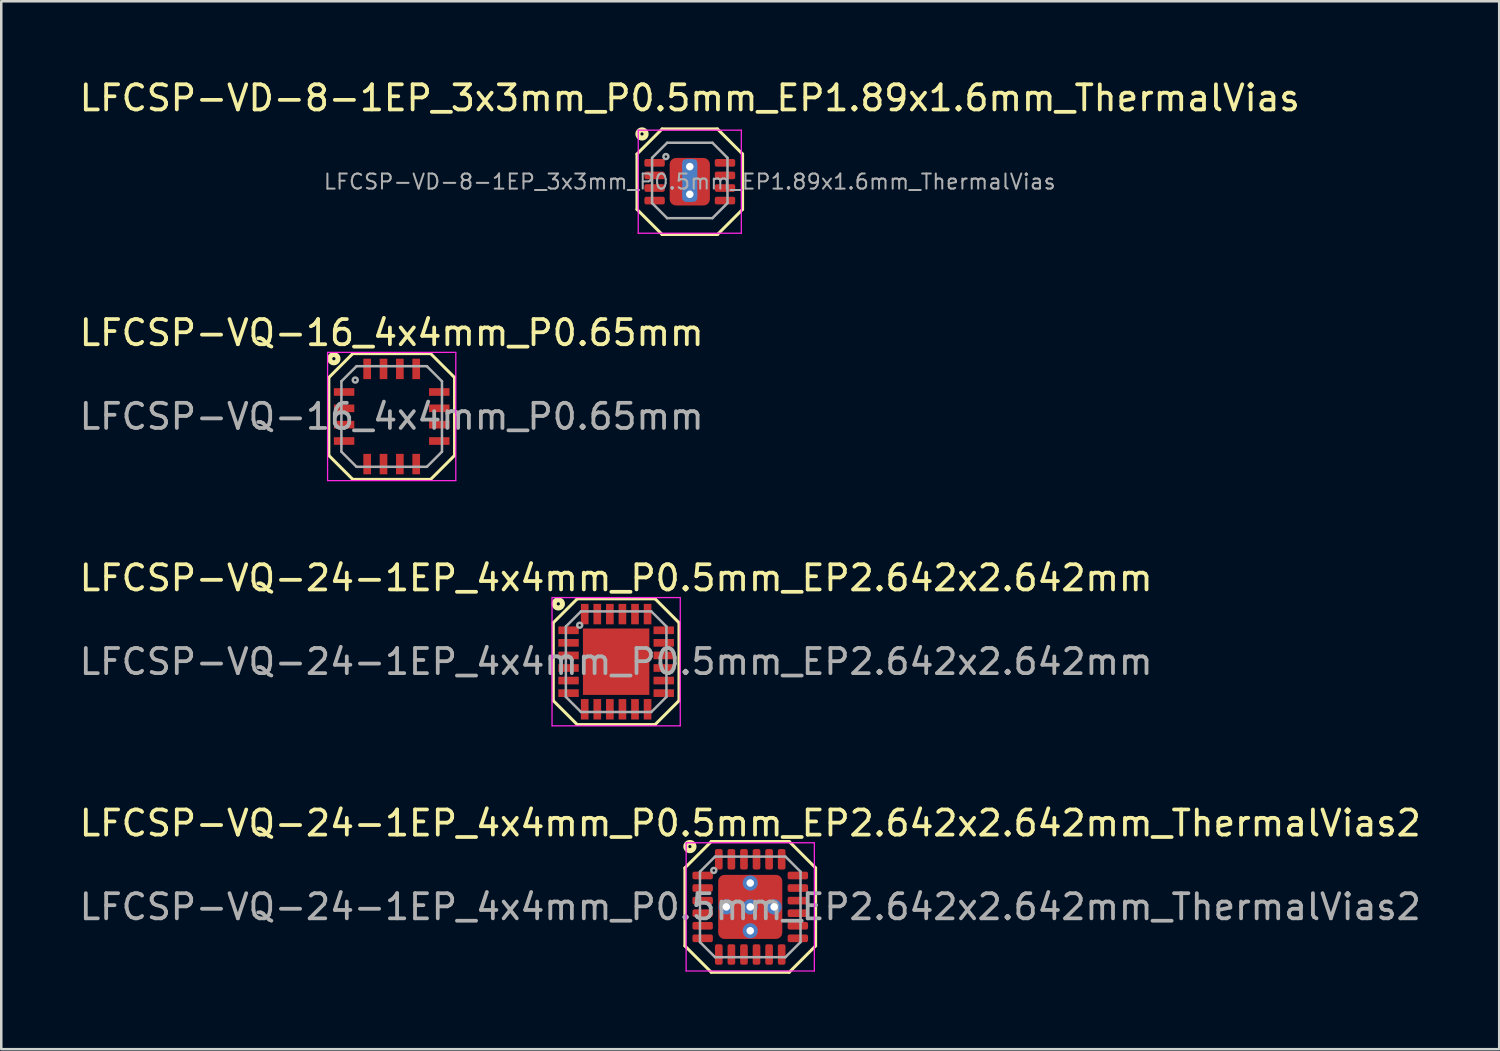
<source format=kicad_pcb>
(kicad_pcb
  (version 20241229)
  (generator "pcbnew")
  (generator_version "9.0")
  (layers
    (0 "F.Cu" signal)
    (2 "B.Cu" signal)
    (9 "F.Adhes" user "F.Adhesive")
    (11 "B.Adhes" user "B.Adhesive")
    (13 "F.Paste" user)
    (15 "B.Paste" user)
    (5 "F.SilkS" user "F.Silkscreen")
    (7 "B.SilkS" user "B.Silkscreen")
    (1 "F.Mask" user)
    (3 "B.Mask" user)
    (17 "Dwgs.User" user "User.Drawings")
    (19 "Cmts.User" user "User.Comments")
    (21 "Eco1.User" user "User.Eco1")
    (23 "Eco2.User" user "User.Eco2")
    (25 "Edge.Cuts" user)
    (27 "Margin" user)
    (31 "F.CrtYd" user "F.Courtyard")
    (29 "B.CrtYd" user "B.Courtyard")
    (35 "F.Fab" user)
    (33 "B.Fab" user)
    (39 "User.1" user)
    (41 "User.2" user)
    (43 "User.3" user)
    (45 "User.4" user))
  (footprint "LFCSP-VQ-24-1EP_4x4mm_P0.5mm_EP2.642x2.642mm_ThermalVias2"
    (layer "F.Cu")
    (at 26.792 33.023)
    (property "Reference" "LFCSP-VQ-24-1EP_4x4mm_P0.5mm_EP2.642x2.642mm_ThermalVias2" (at 0 -3.33 0) (layer "F.SilkS") (effects (font (size 1 1) (thickness 0.15))))
    (attr smd)
    (fp_line (start -2.6 1.55) (end -2.6 -1.55) (stroke (width 0.12) (type solid)) (layer "F.SilkS"))
    (fp_line (start -1.55 -2.6) (end -2.6 -1.55) (stroke (width 0.12) (type solid)) (layer "F.SilkS"))
    (fp_line (start -1.55 -2.6) (end 1.55 -2.6) (stroke (width 0.12) (type solid)) (layer "F.SilkS"))
    (fp_line (start -1.55 2.6) (end -2.6 1.55) (stroke (width 0.12) (type solid)) (layer "F.SilkS"))
    (fp_line (start -1.55 2.6) (end 1.55 2.6) (stroke (width 0.12) (type solid)) (layer "F.SilkS"))
    (fp_line (start 1.55 -2.6) (end 2.6 -1.55) (stroke (width 0.12) (type solid)) (layer "F.SilkS"))
    (fp_line (start 1.55 2.6) (end 2.6 1.55) (stroke (width 0.12) (type solid)) (layer "F.SilkS"))
    (fp_line (start 2.6 -1.55) (end 2.6 1.55) (stroke (width 0.12) (type solid)) (layer "F.SilkS"))
    (fp_circle (center -2.4 -2.4) (end -2.337 -2.4) (stroke (width 0.2) (type solid)) (fill no) (layer "F.SilkS"))
    (fp_line (start -2.55 -2.55) (end -2.55 2.55) (stroke (width 0.05) (type solid)) (layer "F.CrtYd"))
    (fp_line (start -2.55 -2.55) (end 2.55 -2.55) (stroke (width 0.05) (type solid)) (layer "F.CrtYd"))
    (fp_line (start -2.55 2.55) (end 2.55 2.55) (stroke (width 0.05) (type solid)) (layer "F.CrtYd"))
    (fp_line (start 2.55 -2.55) (end 2.55 2.55) (stroke (width 0.05) (type solid)) (layer "F.CrtYd"))
    (fp_line (start -2 -1.4) (end -1.4 -2) (stroke (width 0.1) (type solid)) (layer "F.Fab"))
    (fp_line (start -2 1.4) (end -2 -1.4) (stroke (width 0.1) (type solid)) (layer "F.Fab"))
    (fp_line (start -2 1.4) (end -1.4 2) (stroke (width 0.1) (type solid)) (layer "F.Fab"))
    (fp_line (start -1.4 -2) (end 1.4 -2) (stroke (width 0.1) (type solid)) (layer "F.Fab"))
    (fp_line (start 1.4 -2) (end 2 -1.4) (stroke (width 0.1) (type solid)) (layer "F.Fab"))
    (fp_line (start 1.4 2) (end -1.4 2) (stroke (width 0.1) (type solid)) (layer "F.Fab"))
    (fp_line (start 1.4 2) (end 2 1.4) (stroke (width 0.1) (type solid)) (layer "F.Fab"))
    (fp_line (start 2 -1.4) (end 2 1.4) (stroke (width 0.1) (type solid)) (layer "F.Fab"))
    (fp_circle (center -1.45 -1.45) (end -1.35 -1.45) (stroke (width 0.1) (type solid)) (fill no) (layer "F.Fab"))
    (fp_text user "${REFERENCE}" (at 0 0 0) (layer "F.Fab") (effects (font (size 1 1) (thickness 0.15))))
    (pad "" smd roundrect (at -0.738 -0.738) (size 0.675 0.675) (layers "F.Paste") (roundrect_rratio 0.238))
    (pad "" smd roundrect (at -0.738 -0.738) (size 0.875 0.875) (property pad_prop_heatsink) (layers "F.Mask") (roundrect_rratio 0.25))
    (pad "" smd roundrect (at -0.738 0.738) (size 0.675 0.675) (layers "F.Paste") (roundrect_rratio 0.238))
    (pad "" smd roundrect (at -0.738 0.738) (size 0.875 0.875) (property pad_prop_heatsink) (layers "F.Mask") (roundrect_rratio 0.25))
    (pad "" smd roundrect (at 0.738 -0.738) (size 0.675 0.675) (layers "F.Paste") (roundrect_rratio 0.238))
    (pad "" smd roundrect (at 0.738 -0.738) (size 0.875 0.875) (property pad_prop_heatsink) (layers "F.Mask") (roundrect_rratio 0.25))
    (pad "" smd roundrect (at 0.738 0.738) (size 0.675 0.675) (layers "F.Paste") (roundrect_rratio 0.238))
    (pad "" smd roundrect (at 0.738 0.738) (size 0.875 0.875) (property pad_prop_heatsink) (layers "F.Mask") (roundrect_rratio 0.25))
    (pad "1" smd roundrect (at -1.893 -1.25) (size 0.813 0.305) (layers "F.Cu" "F.Mask" "F.Paste") (roundrect_rratio 0.25))
    (pad "2" smd roundrect (at -1.893 -0.75) (size 0.813 0.305) (layers "F.Cu" "F.Mask" "F.Paste") (roundrect_rratio 0.25))
    (pad "3" smd roundrect (at -1.893 -0.25) (size 0.813 0.305) (layers "F.Cu" "F.Mask" "F.Paste") (roundrect_rratio 0.25))
    (pad "4" smd roundrect (at -1.893 0.25) (size 0.813 0.305) (layers "F.Cu" "F.Mask" "F.Paste") (roundrect_rratio 0.25))
    (pad "5" smd roundrect (at -1.893 0.75) (size 0.813 0.305) (layers "F.Cu" "F.Mask" "F.Paste") (roundrect_rratio 0.25))
    (pad "6" smd roundrect (at -1.893 1.25) (size 0.813 0.305) (layers "F.Cu" "F.Mask" "F.Paste") (roundrect_rratio 0.25))
    (pad "7" smd roundrect (at -1.25 1.893 90) (size 0.813 0.305) (layers "F.Cu" "F.Mask" "F.Paste") (roundrect_rratio 0.25))
    (pad "8" smd roundrect (at -0.75 1.893 90) (size 0.813 0.305) (layers "F.Cu" "F.Mask" "F.Paste") (roundrect_rratio 0.25))
    (pad "9" smd roundrect (at -0.25 1.893 90) (size 0.813 0.305) (layers "F.Cu" "F.Mask" "F.Paste") (roundrect_rratio 0.25))
    (pad "10" smd roundrect (at 0.25 1.893 90) (size 0.813 0.305) (layers "F.Cu" "F.Mask" "F.Paste") (roundrect_rratio 0.25))
    (pad "11" smd roundrect (at 0.75 1.893 90) (size 0.813 0.305) (layers "F.Cu" "F.Mask" "F.Paste") (roundrect_rratio 0.25))
    (pad "12" smd roundrect (at 1.25 1.893 90) (size 0.813 0.305) (layers "F.Cu" "F.Mask" "F.Paste") (roundrect_rratio 0.25))
    (pad "13" smd roundrect (at 1.893 1.25) (size 0.813 0.305) (layers "F.Cu" "F.Mask" "F.Paste") (roundrect_rratio 0.25))
    (pad "14" smd roundrect (at 1.893 0.75) (size 0.813 0.305) (layers "F.Cu" "F.Mask" "F.Paste") (roundrect_rratio 0.25))
    (pad "15" smd roundrect (at 1.893 0.25) (size 0.813 0.305) (layers "F.Cu" "F.Mask" "F.Paste") (roundrect_rratio 0.25))
    (pad "16" smd roundrect (at 1.893 -0.25) (size 0.813 0.305) (layers "F.Cu" "F.Mask" "F.Paste") (roundrect_rratio 0.25))
    (pad "17" smd roundrect (at 1.893 -0.75) (size 0.813 0.305) (layers "F.Cu" "F.Mask" "F.Paste") (roundrect_rratio 0.25))
    (pad "18" smd roundrect (at 1.893 -1.25) (size 0.813 0.305) (layers "F.Cu" "F.Mask" "F.Paste") (roundrect_rratio 0.25))
    (pad "19" smd roundrect (at 1.25 -1.893 90) (size 0.813 0.305) (layers "F.Cu" "F.Mask" "F.Paste") (roundrect_rratio 0.25))
    (pad "20" smd roundrect (at 0.75 -1.893 90) (size 0.813 0.305) (layers "F.Cu" "F.Mask" "F.Paste") (roundrect_rratio 0.25))
    (pad "21" smd roundrect (at 0.25 -1.893 90) (size 0.813 0.305) (layers "F.Cu" "F.Mask" "F.Paste") (roundrect_rratio 0.25))
    (pad "22" smd roundrect (at -0.25 -1.893 90) (size 0.813 0.305) (layers "F.Cu" "F.Mask" "F.Paste") (roundrect_rratio 0.25))
    (pad "23" smd roundrect (at -0.75 -1.893 90) (size 0.813 0.305) (layers "F.Cu" "F.Mask" "F.Paste") (roundrect_rratio 0.25))
    (pad "24" smd roundrect (at -1.25 -1.893 90) (size 0.813 0.305) (layers "F.Cu" "F.Mask" "F.Paste") (roundrect_rratio 0.25))
    (pad "25" thru_hole circle (at -0.95 0) (size 0.6 0.6) (drill 0.3) (property pad_prop_heatsink) (layers "*.Cu" "*.Mask"))
    (pad "25" thru_hole circle (at 0 -0.95) (size 0.6 0.6) (drill 0.3) (property pad_prop_heatsink) (layers "*.Cu" "*.Mask"))
    (pad "25" thru_hole circle (at 0 0) (size 0.6 0.6) (drill 0.3) (property pad_prop_heatsink) (layers "*.Cu" "*.Mask"))
    (pad "25" smd roundrect (at 0 0) (size 2.55 2.55) (layers "F.Cu") (roundrect_rratio 0.098))
    (pad "25" thru_hole circle (at 0 0.95) (size 0.6 0.6) (drill 0.3) (property pad_prop_heatsink) (layers "*.Cu" "*.Mask"))
    (pad "25" thru_hole circle (at 0.95 0) (size 0.6 0.6) (drill 0.3) (property pad_prop_heatsink) (layers "*.Cu" "*.Mask")))
  (footprint "LFCSP-VQ-24-1EP_4x4mm_P0.5mm_EP2.642x2.642mm"
    (layer "F.Cu")
    (at 21.458 23.27)
    (property "Reference" "LFCSP-VQ-24-1EP_4x4mm_P0.5mm_EP2.642x2.642mm" (at 0 -3.33 0) (layer "F.SilkS") (effects (font (size 1 1) (thickness 0.15))))
    (attr smd)
    (fp_line (start -2.5 1.55) (end -2.5 -1.55) (stroke (width 0.12) (type solid)) (layer "F.SilkS"))
    (fp_line (start -1.55 -2.5) (end -2.5 -1.55) (stroke (width 0.12) (type solid)) (layer "F.SilkS"))
    (fp_line (start -1.55 -2.5) (end 1.55 -2.5) (stroke (width 0.12) (type solid)) (layer "F.SilkS"))
    (fp_line (start -1.55 2.5) (end -2.5 1.55) (stroke (width 0.12) (type solid)) (layer "F.SilkS"))
    (fp_line (start -1.55 2.5) (end 1.55 2.5) (stroke (width 0.12) (type solid)) (layer "F.SilkS"))
    (fp_line (start 1.55 -2.5) (end 2.5 -1.55) (stroke (width 0.12) (type solid)) (layer "F.SilkS"))
    (fp_line (start 1.55 2.5) (end 2.5 1.55) (stroke (width 0.12) (type solid)) (layer "F.SilkS"))
    (fp_line (start 2.5 -1.55) (end 2.5 1.55) (stroke (width 0.12) (type solid)) (layer "F.SilkS"))
    (fp_circle (center -2.3 -2.3) (end -2.236 -2.3) (stroke (width 0.2) (type solid)) (fill no) (layer "F.SilkS"))
    (fp_line (start -2.55 -2.55) (end -2.55 2.55) (stroke (width 0.05) (type solid)) (layer "F.CrtYd"))
    (fp_line (start -2.55 -2.55) (end 2.55 -2.55) (stroke (width 0.05) (type solid)) (layer "F.CrtYd"))
    (fp_line (start -2.55 2.55) (end 2.55 2.55) (stroke (width 0.05) (type solid)) (layer "F.CrtYd"))
    (fp_line (start 2.55 -2.55) (end 2.55 2.55) (stroke (width 0.05) (type solid)) (layer "F.CrtYd"))
    (fp_line (start -2 -1.4) (end -1.4 -2) (stroke (width 0.1) (type solid)) (layer "F.Fab"))
    (fp_line (start -2 1.4) (end -2 -1.4) (stroke (width 0.1) (type solid)) (layer "F.Fab"))
    (fp_line (start -2 1.4) (end -1.4 2) (stroke (width 0.1) (type solid)) (layer "F.Fab"))
    (fp_line (start -1.4 -2) (end 1.4 -2) (stroke (width 0.1) (type solid)) (layer "F.Fab"))
    (fp_line (start 1.4 -2) (end 2 -1.4) (stroke (width 0.1) (type solid)) (layer "F.Fab"))
    (fp_line (start 1.4 2) (end -1.4 2) (stroke (width 0.1) (type solid)) (layer "F.Fab"))
    (fp_line (start 1.4 2) (end 2 1.4) (stroke (width 0.1) (type solid)) (layer "F.Fab"))
    (fp_line (start 2 -1.4) (end 2 1.4) (stroke (width 0.1) (type solid)) (layer "F.Fab"))
    (fp_circle (center -1.45 -1.45) (end -1.35 -1.45) (stroke (width 0.1) (type solid)) (fill no) (layer "F.Fab"))
    (fp_text user "${REFERENCE}" (at 0 0 0) (layer "F.Fab") (effects (font (size 1 1) (thickness 0.15))))
    (pad "" smd rect (at -0.65 -0.65) (size 1.05 1.05) (layers "F.Paste"))
    (pad "" smd rect (at -0.65 0.65) (size 1.05 1.05) (layers "F.Paste"))
    (pad "" smd rect (at 0.65 -0.65) (size 1.05 1.05) (layers "F.Paste"))
    (pad "" smd rect (at 0.65 0.65) (size 1.05 1.05) (layers "F.Paste"))
    (pad "1" smd rect (at -1.893 -1.25) (size 0.813 0.305) (layers "F.Cu" "F.Mask" "F.Paste"))
    (pad "2" smd rect (at -1.893 -0.75) (size 0.813 0.305) (layers "F.Cu" "F.Mask" "F.Paste"))
    (pad "3" smd rect (at -1.893 -0.25) (size 0.813 0.305) (layers "F.Cu" "F.Mask" "F.Paste"))
    (pad "4" smd rect (at -1.893 0.25) (size 0.813 0.305) (layers "F.Cu" "F.Mask" "F.Paste"))
    (pad "5" smd rect (at -1.893 0.75) (size 0.813 0.305) (layers "F.Cu" "F.Mask" "F.Paste"))
    (pad "6" smd rect (at -1.893 1.25) (size 0.813 0.305) (layers "F.Cu" "F.Mask" "F.Paste"))
    (pad "7" smd rect (at -1.25 1.893 90) (size 0.813 0.305) (layers "F.Cu" "F.Mask" "F.Paste"))
    (pad "8" smd rect (at -0.75 1.893 90) (size 0.813 0.305) (layers "F.Cu" "F.Mask" "F.Paste"))
    (pad "9" smd rect (at -0.25 1.893 90) (size 0.813 0.305) (layers "F.Cu" "F.Mask" "F.Paste"))
    (pad "10" smd rect (at 0.25 1.893 90) (size 0.813 0.305) (layers "F.Cu" "F.Mask" "F.Paste"))
    (pad "11" smd rect (at 0.75 1.893 90) (size 0.813 0.305) (layers "F.Cu" "F.Mask" "F.Paste"))
    (pad "12" smd rect (at 1.25 1.893 90) (size 0.813 0.305) (layers "F.Cu" "F.Mask" "F.Paste"))
    (pad "13" smd rect (at 1.893 1.25) (size 0.813 0.305) (layers "F.Cu" "F.Mask" "F.Paste"))
    (pad "14" smd rect (at 1.893 0.75) (size 0.813 0.305) (layers "F.Cu" "F.Mask" "F.Paste"))
    (pad "15" smd rect (at 1.893 0.25) (size 0.813 0.305) (layers "F.Cu" "F.Mask" "F.Paste"))
    (pad "16" smd rect (at 1.893 -0.25) (size 0.813 0.305) (layers "F.Cu" "F.Mask" "F.Paste"))
    (pad "17" smd rect (at 1.893 -0.75) (size 0.813 0.305) (layers "F.Cu" "F.Mask" "F.Paste"))
    (pad "18" smd rect (at 1.893 -1.25) (size 0.813 0.305) (layers "F.Cu" "F.Mask" "F.Paste"))
    (pad "19" smd rect (at 1.25 -1.893 90) (size 0.813 0.305) (layers "F.Cu" "F.Mask" "F.Paste"))
    (pad "20" smd rect (at 0.75 -1.893 90) (size 0.813 0.305) (layers "F.Cu" "F.Mask" "F.Paste"))
    (pad "21" smd rect (at 0.25 -1.893 90) (size 0.813 0.305) (layers "F.Cu" "F.Mask" "F.Paste"))
    (pad "22" smd rect (at -0.25 -1.893 90) (size 0.813 0.305) (layers "F.Cu" "F.Mask" "F.Paste"))
    (pad "23" smd rect (at -0.75 -1.893 90) (size 0.813 0.305) (layers "F.Cu" "F.Mask" "F.Paste"))
    (pad "24" smd rect (at -1.25 -1.893 90) (size 0.813 0.305) (layers "F.Cu" "F.Mask" "F.Paste"))
    (pad "25" smd rect (at 0 0) (size 2.642 2.642) (layers "F.Cu" "F.Mask")))
  (footprint "LFCSP-VQ-16_4x4mm_P0.65mm"
    (layer "F.Cu")
    (at 12.53 13.517)
    (property "Reference" "LFCSP-VQ-16_4x4mm_P0.65mm" (at 0 -3.33 0) (layer "F.SilkS") (effects (font (size 1 1) (thickness 0.15))))
    (attr smd)
    (fp_line (start -2.5 1.55) (end -2.5 -1.55) (stroke (width 0.12) (type solid)) (layer "F.SilkS"))
    (fp_line (start -1.55 -2.5) (end -2.5 -1.55) (stroke (width 0.12) (type solid)) (layer "F.SilkS"))
    (fp_line (start -1.55 -2.5) (end 1.55 -2.5) (stroke (width 0.12) (type solid)) (layer "F.SilkS"))
    (fp_line (start -1.55 2.5) (end -2.5 1.55) (stroke (width 0.12) (type solid)) (layer "F.SilkS"))
    (fp_line (start -1.55 2.5) (end 1.55 2.5) (stroke (width 0.12) (type solid)) (layer "F.SilkS"))
    (fp_line (start 1.55 -2.5) (end 2.5 -1.55) (stroke (width 0.12) (type solid)) (layer "F.SilkS"))
    (fp_line (start 1.55 2.5) (end 2.5 1.55) (stroke (width 0.12) (type solid)) (layer "F.SilkS"))
    (fp_line (start 2.5 -1.55) (end 2.5 1.55) (stroke (width 0.12) (type solid)) (layer "F.SilkS"))
    (fp_circle (center -2.3 -2.3) (end -2.236 -2.3) (stroke (width 0.2) (type solid)) (fill no) (layer "F.SilkS"))
    (fp_line (start -2.55 -2.55) (end -2.55 2.55) (stroke (width 0.05) (type solid)) (layer "F.CrtYd"))
    (fp_line (start -2.55 -2.55) (end 2.55 -2.55) (stroke (width 0.05) (type solid)) (layer "F.CrtYd"))
    (fp_line (start -2.55 2.55) (end 2.55 2.55) (stroke (width 0.05) (type solid)) (layer "F.CrtYd"))
    (fp_line (start 2.55 -2.55) (end 2.55 2.55) (stroke (width 0.05) (type solid)) (layer "F.CrtYd"))
    (fp_line (start -2 -1.4) (end -1.4 -2) (stroke (width 0.1) (type solid)) (layer "F.Fab"))
    (fp_line (start -2 1.4) (end -2 -1.4) (stroke (width 0.1) (type solid)) (layer "F.Fab"))
    (fp_line (start -2 1.4) (end -1.4 2) (stroke (width 0.1) (type solid)) (layer "F.Fab"))
    (fp_line (start -1.4 -2) (end 1.4 -2) (stroke (width 0.1) (type solid)) (layer "F.Fab"))
    (fp_line (start 1.4 -2) (end 2 -1.4) (stroke (width 0.1) (type solid)) (layer "F.Fab"))
    (fp_line (start 1.4 2) (end -1.4 2) (stroke (width 0.1) (type solid)) (layer "F.Fab"))
    (fp_line (start 1.4 2) (end 2 1.4) (stroke (width 0.1) (type solid)) (layer "F.Fab"))
    (fp_line (start 2 -1.4) (end 2 1.4) (stroke (width 0.1) (type solid)) (layer "F.Fab"))
    (fp_circle (center -1.45 -1.45) (end -1.35 -1.45) (stroke (width 0.1) (type solid)) (fill no) (layer "F.Fab"))
    (fp_text user "${REFERENCE}" (at 0 0 0) (layer "F.Fab") (effects (font (size 1 1) (thickness 0.15))))
    (pad "1" smd rect (at -1.893 -0.975) (size 0.813 0.305) (layers "F.Cu" "F.Mask" "F.Paste"))
    (pad "2" smd rect (at -1.893 -0.325) (size 0.813 0.305) (layers "F.Cu" "F.Mask" "F.Paste"))
    (pad "3" smd rect (at -1.893 0.325) (size 0.813 0.305) (layers "F.Cu" "F.Mask" "F.Paste"))
    (pad "4" smd rect (at -1.893 0.975) (size 0.813 0.305) (layers "F.Cu" "F.Mask" "F.Paste"))
    (pad "5" smd rect (at -0.975 1.893 90) (size 0.813 0.305) (layers "F.Cu" "F.Mask" "F.Paste"))
    (pad "6" smd rect (at -0.325 1.893 90) (size 0.813 0.305) (layers "F.Cu" "F.Mask" "F.Paste"))
    (pad "7" smd rect (at 0.325 1.893 90) (size 0.813 0.305) (layers "F.Cu" "F.Mask" "F.Paste"))
    (pad "8" smd rect (at 0.975 1.893 90) (size 0.813 0.305) (layers "F.Cu" "F.Mask" "F.Paste"))
    (pad "9" smd rect (at 1.893 0.975) (size 0.813 0.305) (layers "F.Cu" "F.Mask" "F.Paste"))
    (pad "10" smd rect (at 1.893 0.325) (size 0.813 0.305) (layers "F.Cu" "F.Mask" "F.Paste"))
    (pad "11" smd rect (at 1.893 -0.325) (size 0.813 0.305) (layers "F.Cu" "F.Mask" "F.Paste"))
    (pad "12" smd rect (at 1.893 -0.975) (size 0.813 0.305) (layers "F.Cu" "F.Mask" "F.Paste"))
    (pad "13" smd rect (at 0.975 -1.893 90) (size 0.813 0.305) (layers "F.Cu" "F.Mask" "F.Paste"))
    (pad "14" smd rect (at 0.325 -1.893 90) (size 0.813 0.305) (layers "F.Cu" "F.Mask" "F.Paste"))
    (pad "15" smd rect (at -0.325 -1.893 90) (size 0.813 0.305) (layers "F.Cu" "F.Mask" "F.Paste"))
    (pad "16" smd rect (at -0.975 -1.893 90) (size 0.813 0.305) (layers "F.Cu" "F.Mask" "F.Paste")))
  (footprint "LFCSP-VD-8-1EP_3x3mm_P0.5mm_EP1.89x1.6mm_ThermalVias"
    (layer "F.Cu")
    (at 24.387 4.178)
    (property "Reference" "LFCSP-VD-8-1EP_3x3mm_P0.5mm_EP1.89x1.6mm_ThermalVias" (at 0 -3.33 0) (layer "F.SilkS") (effects (font (size 1 1) (thickness 0.15))))
    (attr smd)
    (fp_line (start -2.1 -1.1) (end -2.1 1.1) (stroke (width 0.12) (type solid)) (layer "F.SilkS"))
    (fp_line (start -2.1 -1.1) (end -1.1 -2.1) (stroke (width 0.12) (type solid)) (layer "F.SilkS"))
    (fp_line (start -1.1 -2.1) (end 1.1 -2.1) (stroke (width 0.12) (type solid)) (layer "F.SilkS"))
    (fp_line (start -1.1 2.1) (end -2.1 1.1) (stroke (width 0.12) (type solid)) (layer "F.SilkS"))
    (fp_line (start -1.1 2.1) (end 1.1 2.1) (stroke (width 0.12) (type solid)) (layer "F.SilkS"))
    (fp_line (start 1.1 -2.1) (end 2.1 -1.1) (stroke (width 0.12) (type solid)) (layer "F.SilkS"))
    (fp_line (start 1.1 2.1) (end 2.1 1.1) (stroke (width 0.12) (type solid)) (layer "F.SilkS"))
    (fp_line (start 2.1 -1.1) (end 2.1 1.1) (stroke (width 0.12) (type solid)) (layer "F.SilkS"))
    (fp_circle (center -1.9 -1.9) (end -1.837 -1.9) (stroke (width 0.2) (type solid)) (fill no) (layer "F.SilkS"))
    (fp_line (start -2.05 -2.05) (end -2.05 2.05) (stroke (width 0.05) (type solid)) (layer "F.CrtYd"))
    (fp_line (start -2.05 -2.05) (end 2.05 -2.05) (stroke (width 0.05) (type solid)) (layer "F.CrtYd"))
    (fp_line (start -2.05 2.05) (end 2.05 2.05) (stroke (width 0.05) (type solid)) (layer "F.CrtYd"))
    (fp_line (start 2.05 -2.05) (end 2.05 2.05) (stroke (width 0.05) (type solid)) (layer "F.CrtYd"))
    (fp_line (start -1.5 -0.95) (end -0.9 -1.55) (stroke (width 0.1) (type solid)) (layer "F.Fab"))
    (fp_line (start -1.5 0.85) (end -1.5 -0.95) (stroke (width 0.1) (type solid)) (layer "F.Fab"))
    (fp_line (start -1.5 0.85) (end -0.9 1.45) (stroke (width 0.1) (type solid)) (layer "F.Fab"))
    (fp_line (start -0.9 -1.55) (end 0.9 -1.55) (stroke (width 0.1) (type solid)) (layer "F.Fab"))
    (fp_line (start 0.9 -1.55) (end 1.5 -0.95) (stroke (width 0.1) (type solid)) (layer "F.Fab"))
    (fp_line (start 0.9 1.45) (end -0.9 1.45) (stroke (width 0.1) (type solid)) (layer "F.Fab"))
    (fp_line (start 0.9 1.45) (end 1.5 0.85) (stroke (width 0.1) (type solid)) (layer "F.Fab"))
    (fp_line (start 1.5 -0.95) (end 1.5 0.85) (stroke (width 0.1) (type solid)) (layer "F.Fab"))
    (fp_circle (center -0.95 -1) (end -0.85 -1) (stroke (width 0.1) (type solid)) (fill no) (layer "F.Fab"))
    (fp_text user "${REFERENCE}" (at 0 0 0) (layer "F.Fab") (effects (font (size 0.6 0.6) (thickness 0.08))))
    (pad "" smd roundrect (at -0.4 -0.45) (size 0.6 0.7) (layers "F.Paste") (roundrect_rratio 0.25))
    (pad "" smd roundrect (at -0.4 0.45) (size 0.6 0.7) (layers "F.Paste") (roundrect_rratio 0.25))
    (pad "" smd roundrect (at 0.4 -0.45) (size 0.6 0.7) (layers "F.Paste") (roundrect_rratio 0.25))
    (pad "" smd roundrect (at 0.4 0.45) (size 0.6 0.7) (layers "F.Paste") (roundrect_rratio 0.25))
    (pad "1" smd roundrect (at -1.4 -0.75) (size 0.813 0.305) (layers "F.Cu" "F.Mask" "F.Paste") (roundrect_rratio 0.25))
    (pad "2" smd roundrect (at -1.4 -0.25) (size 0.813 0.305) (layers "F.Cu" "F.Mask" "F.Paste") (roundrect_rratio 0.25))
    (pad "3" smd roundrect (at -1.4 0.25) (size 0.813 0.305) (layers "F.Cu" "F.Mask" "F.Paste") (roundrect_rratio 0.25))
    (pad "4" smd roundrect (at -1.4 0.75) (size 0.813 0.305) (layers "F.Cu" "F.Mask" "F.Paste") (roundrect_rratio 0.25))
    (pad "5" smd roundrect (at 1.4 0.75) (size 0.813 0.305) (layers "F.Cu" "F.Mask" "F.Paste") (roundrect_rratio 0.25))
    (pad "6" smd roundrect (at 1.4 0.25) (size 0.813 0.305) (layers "F.Cu" "F.Mask" "F.Paste") (roundrect_rratio 0.25))
    (pad "7" smd roundrect (at 1.4 -0.25) (size 0.813 0.305) (layers "F.Cu" "F.Mask" "F.Paste") (roundrect_rratio 0.25))
    (pad "8" smd roundrect (at 1.4 -0.75) (size 0.813 0.305) (layers "F.Cu" "F.Mask" "F.Paste") (roundrect_rratio 0.25))
    (pad "9" thru_hole circle (at 0 -0.6) (size 0.6 0.6) (drill 0.3) (property pad_prop_heatsink) (layers "*.Cu" "*.Mask"))
    (pad "9" smd roundrect (at 0 -0.05) (size 0.6 1.7) (property pad_prop_heatsink) (layers "B.Cu" "B.Mask") (roundrect_rratio 0.25))
    (pad "9" smd roundrect (at 0 0) (size 1.6 1.89) (layers "F.Cu" "F.Mask") (roundrect_rratio 0.156))
    (pad "9" thru_hole circle (at 0 0.5) (size 0.6 0.6) (drill 0.3) (property pad_prop_heatsink) (layers "*.Cu" "*.Mask")))
  (gr_rect
    (start -3 -3)
    (end 56.583 38.683)
    (stroke (width 0.1) (type default))
    (fill no)
    (layer "Edge.Cuts")))
</source>
